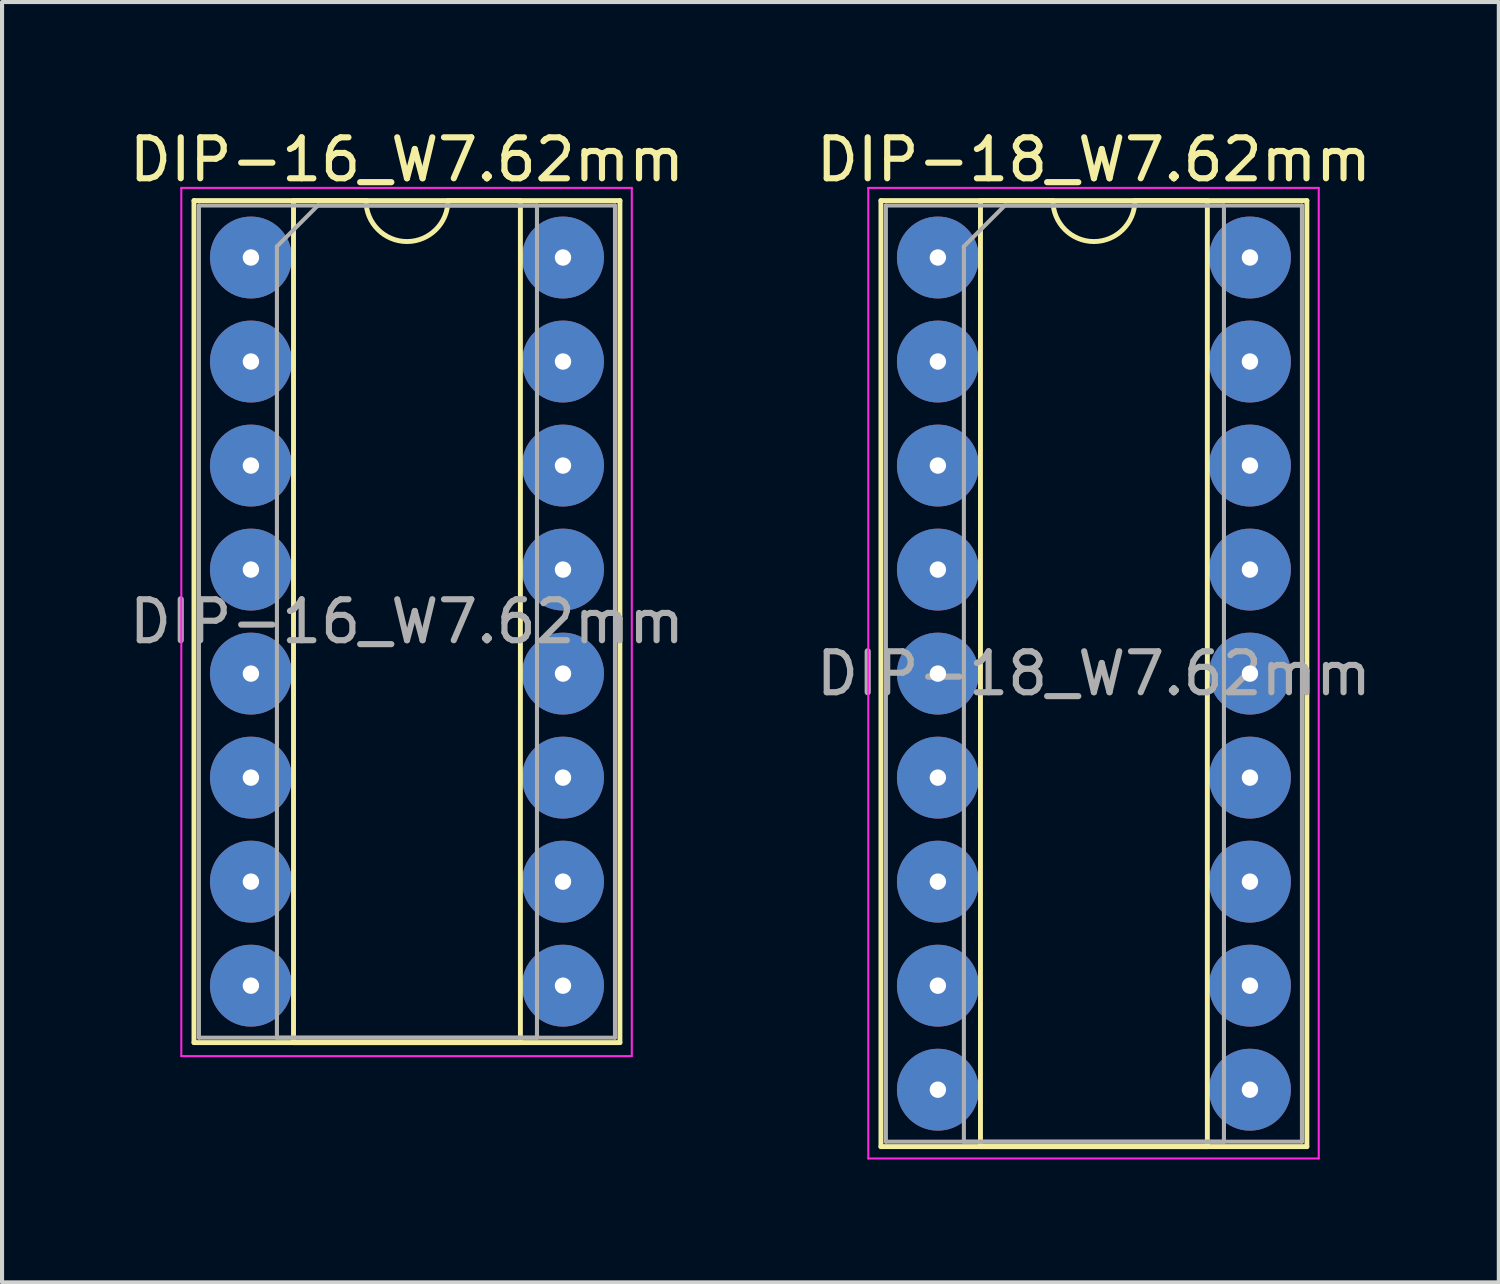
<source format=kicad_pcb>
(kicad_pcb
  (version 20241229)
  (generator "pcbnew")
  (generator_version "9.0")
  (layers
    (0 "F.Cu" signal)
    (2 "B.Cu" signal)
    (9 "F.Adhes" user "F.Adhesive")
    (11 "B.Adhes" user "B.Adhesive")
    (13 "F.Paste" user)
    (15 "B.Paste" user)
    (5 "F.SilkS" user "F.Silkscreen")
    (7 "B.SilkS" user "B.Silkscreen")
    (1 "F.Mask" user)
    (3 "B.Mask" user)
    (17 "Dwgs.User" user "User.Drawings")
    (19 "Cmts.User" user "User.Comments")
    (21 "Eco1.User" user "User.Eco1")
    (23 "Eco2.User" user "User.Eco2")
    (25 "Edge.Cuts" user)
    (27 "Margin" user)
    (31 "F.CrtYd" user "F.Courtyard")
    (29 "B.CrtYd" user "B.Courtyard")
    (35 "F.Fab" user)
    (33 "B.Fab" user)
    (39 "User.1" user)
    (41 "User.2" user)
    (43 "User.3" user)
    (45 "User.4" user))
  (footprint "DIP-16_W7.62mm"
    (layer "F.Cu")
    (at 3.077 3.238)
    (property "Reference" "DIP-16_W7.62mm" (at 3.81 -2.39 0) (layer "F.SilkS") (effects (font (size 1 1) (thickness 0.15))))
    (attr through_hole)
    (fp_line (start -1.39 -1.39) (end -1.39 19.17) (stroke (width 0.12) (type solid)) (layer "F.SilkS"))
    (fp_line (start -1.39 19.17) (end 9.01 19.17) (stroke (width 0.12) (type solid)) (layer "F.SilkS"))
    (fp_line (start 1.04 -1.39) (end 1.04 19.17) (stroke (width 0.12) (type solid)) (layer "F.SilkS"))
    (fp_line (start 1.04 19.17) (end 6.58 19.17) (stroke (width 0.12) (type solid)) (layer "F.SilkS"))
    (fp_line (start 2.81 -1.39) (end 1.04 -1.39) (stroke (width 0.12) (type solid)) (layer "F.SilkS"))
    (fp_line (start 6.58 -1.39) (end 4.81 -1.39) (stroke (width 0.12) (type solid)) (layer "F.SilkS"))
    (fp_line (start 6.58 19.17) (end 6.58 -1.39) (stroke (width 0.12) (type solid)) (layer "F.SilkS"))
    (fp_line (start 9.01 -1.39) (end -1.39 -1.39) (stroke (width 0.12) (type solid)) (layer "F.SilkS"))
    (fp_line (start 9.01 19.17) (end 9.01 -1.39) (stroke (width 0.12) (type solid)) (layer "F.SilkS"))
    (fp_arc (start 4.81 -1.39) (mid 3.81 -0.39) (end 2.81 -1.39) (stroke (width 0.12) (type solid)) (layer "F.SilkS"))
    (fp_line (start -1.7 -1.7) (end -1.7 19.5) (stroke (width 0.05) (type solid)) (layer "F.CrtYd"))
    (fp_line (start -1.7 19.5) (end 9.3 19.5) (stroke (width 0.05) (type solid)) (layer "F.CrtYd"))
    (fp_line (start 9.3 -1.7) (end -1.7 -1.7) (stroke (width 0.05) (type solid)) (layer "F.CrtYd"))
    (fp_line (start 9.3 19.5) (end 9.3 -1.7) (stroke (width 0.05) (type solid)) (layer "F.CrtYd"))
    (fp_line (start -1.27 -1.27) (end -1.27 19.05) (stroke (width 0.1) (type solid)) (layer "F.Fab"))
    (fp_line (start -1.27 19.05) (end 8.89 19.05) (stroke (width 0.1) (type solid)) (layer "F.Fab"))
    (fp_line (start 0.635 -0.27) (end 1.635 -1.27) (stroke (width 0.1) (type solid)) (layer "F.Fab"))
    (fp_line (start 0.635 19.05) (end 0.635 -0.27) (stroke (width 0.1) (type solid)) (layer "F.Fab"))
    (fp_line (start 1.635 -1.27) (end 6.985 -1.27) (stroke (width 0.1) (type solid)) (layer "F.Fab"))
    (fp_line (start 6.985 -1.27) (end 6.985 19.05) (stroke (width 0.1) (type solid)) (layer "F.Fab"))
    (fp_line (start 6.985 19.05) (end 0.635 19.05) (stroke (width 0.1) (type solid)) (layer "F.Fab"))
    (fp_line (start 8.89 -1.27) (end -1.27 -1.27) (stroke (width 0.1) (type solid)) (layer "F.Fab"))
    (fp_line (start 8.89 19.05) (end 8.89 -1.27) (stroke (width 0.1) (type solid)) (layer "F.Fab"))
    (fp_text user "${REFERENCE}" (at 3.81 8.89 0) (layer "F.Fab") (effects (font (size 1 1) (thickness 0.15))))
    (pad "1" thru_hole circle (at 0 0) (size 2 2) (drill 0.4) (layers "*.Cu" "*.Mask"))
    (pad "2" thru_hole circle (at 0 2.54) (size 2 2) (drill 0.4) (layers "*.Cu" "*.Mask"))
    (pad "3" thru_hole circle (at 0 5.08) (size 2 2) (drill 0.4) (layers "*.Cu" "*.Mask"))
    (pad "4" thru_hole circle (at 0 7.62) (size 2 2) (drill 0.4) (layers "*.Cu" "*.Mask"))
    (pad "5" thru_hole circle (at 0 10.16) (size 2 2) (drill 0.4) (layers "*.Cu" "*.Mask"))
    (pad "6" thru_hole circle (at 0 12.7) (size 2 2) (drill 0.4) (layers "*.Cu" "*.Mask"))
    (pad "7" thru_hole circle (at 0 15.24) (size 2 2) (drill 0.4) (layers "*.Cu" "*.Mask"))
    (pad "8" thru_hole circle (at 0 17.78) (size 2 2) (drill 0.4) (layers "*.Cu" "*.Mask"))
    (pad "9" thru_hole circle (at 7.62 17.78) (size 2 2) (drill 0.4) (layers "*.Cu" "*.Mask"))
    (pad "10" thru_hole circle (at 7.62 15.24) (size 2 2) (drill 0.4) (layers "*.Cu" "*.Mask"))
    (pad "11" thru_hole circle (at 7.62 12.7) (size 2 2) (drill 0.4) (layers "*.Cu" "*.Mask"))
    (pad "12" thru_hole circle (at 7.62 10.16) (size 2 2) (drill 0.4) (layers "*.Cu" "*.Mask"))
    (pad "13" thru_hole circle (at 7.62 7.62) (size 2 2) (drill 0.4) (layers "*.Cu" "*.Mask"))
    (pad "14" thru_hole circle (at 7.62 5.08) (size 2 2) (drill 0.4) (layers "*.Cu" "*.Mask"))
    (pad "15" thru_hole circle (at 7.62 2.54) (size 2 2) (drill 0.4) (layers "*.Cu" "*.Mask"))
    (pad "16" thru_hole circle (at 7.62 0) (size 2 2) (drill 0.4) (layers "*.Cu" "*.Mask")))
  (footprint "DIP-18_W7.62mm"
    (layer "F.Cu")
    (at 19.851 3.238)
    (property "Reference" "DIP-18_W7.62mm" (at 3.81 -2.39 0) (layer "F.SilkS") (effects (font (size 1 1) (thickness 0.15))))
    (attr through_hole)
    (fp_line (start -1.39 -1.39) (end -1.39 21.71) (stroke (width 0.12) (type solid)) (layer "F.SilkS"))
    (fp_line (start -1.39 21.71) (end 9.01 21.71) (stroke (width 0.12) (type solid)) (layer "F.SilkS"))
    (fp_line (start 1.04 -1.39) (end 1.04 21.71) (stroke (width 0.12) (type solid)) (layer "F.SilkS"))
    (fp_line (start 1.04 21.71) (end 6.58 21.71) (stroke (width 0.12) (type solid)) (layer "F.SilkS"))
    (fp_line (start 2.81 -1.39) (end 1.04 -1.39) (stroke (width 0.12) (type solid)) (layer "F.SilkS"))
    (fp_line (start 6.58 -1.39) (end 4.81 -1.39) (stroke (width 0.12) (type solid)) (layer "F.SilkS"))
    (fp_line (start 6.58 21.71) (end 6.58 -1.39) (stroke (width 0.12) (type solid)) (layer "F.SilkS"))
    (fp_line (start 9.01 -1.39) (end -1.39 -1.39) (stroke (width 0.12) (type solid)) (layer "F.SilkS"))
    (fp_line (start 9.01 21.71) (end 9.01 -1.39) (stroke (width 0.12) (type solid)) (layer "F.SilkS"))
    (fp_arc (start 4.81 -1.39) (mid 3.81 -0.39) (end 2.81 -1.39) (stroke (width 0.12) (type solid)) (layer "F.SilkS"))
    (fp_line (start -1.7 -1.7) (end -1.7 22) (stroke (width 0.05) (type solid)) (layer "F.CrtYd"))
    (fp_line (start -1.7 22) (end 9.3 22) (stroke (width 0.05) (type solid)) (layer "F.CrtYd"))
    (fp_line (start 9.3 -1.7) (end -1.7 -1.7) (stroke (width 0.05) (type solid)) (layer "F.CrtYd"))
    (fp_line (start 9.3 22) (end 9.3 -1.7) (stroke (width 0.05) (type solid)) (layer "F.CrtYd"))
    (fp_line (start -1.27 -1.27) (end -1.27 21.59) (stroke (width 0.1) (type solid)) (layer "F.Fab"))
    (fp_line (start -1.27 21.59) (end 8.89 21.59) (stroke (width 0.1) (type solid)) (layer "F.Fab"))
    (fp_line (start 0.635 -0.27) (end 1.635 -1.27) (stroke (width 0.1) (type solid)) (layer "F.Fab"))
    (fp_line (start 0.635 21.59) (end 0.635 -0.27) (stroke (width 0.1) (type solid)) (layer "F.Fab"))
    (fp_line (start 1.635 -1.27) (end 6.985 -1.27) (stroke (width 0.1) (type solid)) (layer "F.Fab"))
    (fp_line (start 6.985 -1.27) (end 6.985 21.59) (stroke (width 0.1) (type solid)) (layer "F.Fab"))
    (fp_line (start 6.985 21.59) (end 0.635 21.59) (stroke (width 0.1) (type solid)) (layer "F.Fab"))
    (fp_line (start 8.89 -1.27) (end -1.27 -1.27) (stroke (width 0.1) (type solid)) (layer "F.Fab"))
    (fp_line (start 8.89 21.59) (end 8.89 -1.27) (stroke (width 0.1) (type solid)) (layer "F.Fab"))
    (fp_text user "${REFERENCE}" (at 3.81 10.16 0) (layer "F.Fab") (effects (font (size 1 1) (thickness 0.15))))
    (pad "1" thru_hole circle (at 0 0) (size 2 2) (drill 0.4) (layers "*.Cu" "*.Mask"))
    (pad "2" thru_hole circle (at 0 2.54) (size 2 2) (drill 0.4) (layers "*.Cu" "*.Mask"))
    (pad "3" thru_hole circle (at 0 5.08) (size 2 2) (drill 0.4) (layers "*.Cu" "*.Mask"))
    (pad "4" thru_hole circle (at 0 7.62) (size 2 2) (drill 0.4) (layers "*.Cu" "*.Mask"))
    (pad "5" thru_hole circle (at 0 10.16) (size 2 2) (drill 0.4) (layers "*.Cu" "*.Mask"))
    (pad "6" thru_hole circle (at 0 12.7) (size 2 2) (drill 0.4) (layers "*.Cu" "*.Mask"))
    (pad "7" thru_hole circle (at 0 15.24) (size 2 2) (drill 0.4) (layers "*.Cu" "*.Mask"))
    (pad "8" thru_hole circle (at 0 17.78) (size 2 2) (drill 0.4) (layers "*.Cu" "*.Mask"))
    (pad "9" thru_hole circle (at 0 20.32) (size 2 2) (drill 0.4) (layers "*.Cu" "*.Mask"))
    (pad "10" thru_hole circle (at 7.62 20.32) (size 2 2) (drill 0.4) (layers "*.Cu" "*.Mask"))
    (pad "11" thru_hole circle (at 7.62 17.78) (size 2 2) (drill 0.4) (layers "*.Cu" "*.Mask"))
    (pad "12" thru_hole circle (at 7.62 15.24) (size 2 2) (drill 0.4) (layers "*.Cu" "*.Mask"))
    (pad "13" thru_hole circle (at 7.62 12.7) (size 2 2) (drill 0.4) (layers "*.Cu" "*.Mask"))
    (pad "14" thru_hole circle (at 7.62 10.16) (size 2 2) (drill 0.4) (layers "*.Cu" "*.Mask"))
    (pad "15" thru_hole circle (at 7.62 7.62) (size 2 2) (drill 0.4) (layers "*.Cu" "*.Mask"))
    (pad "16" thru_hole circle (at 7.62 5.08) (size 2 2) (drill 0.4) (layers "*.Cu" "*.Mask"))
    (pad "17" thru_hole circle (at 7.62 2.54) (size 2 2) (drill 0.4) (layers "*.Cu" "*.Mask"))
    (pad "18" thru_hole circle (at 7.62 0) (size 2 2) (drill 0.4) (layers "*.Cu" "*.Mask")))
  (gr_rect
    (start -3 -3)
    (end 33.548 28.263)
    (stroke (width 0.1) (type default))
    (fill no)
    (layer "Edge.Cuts")))
</source>
